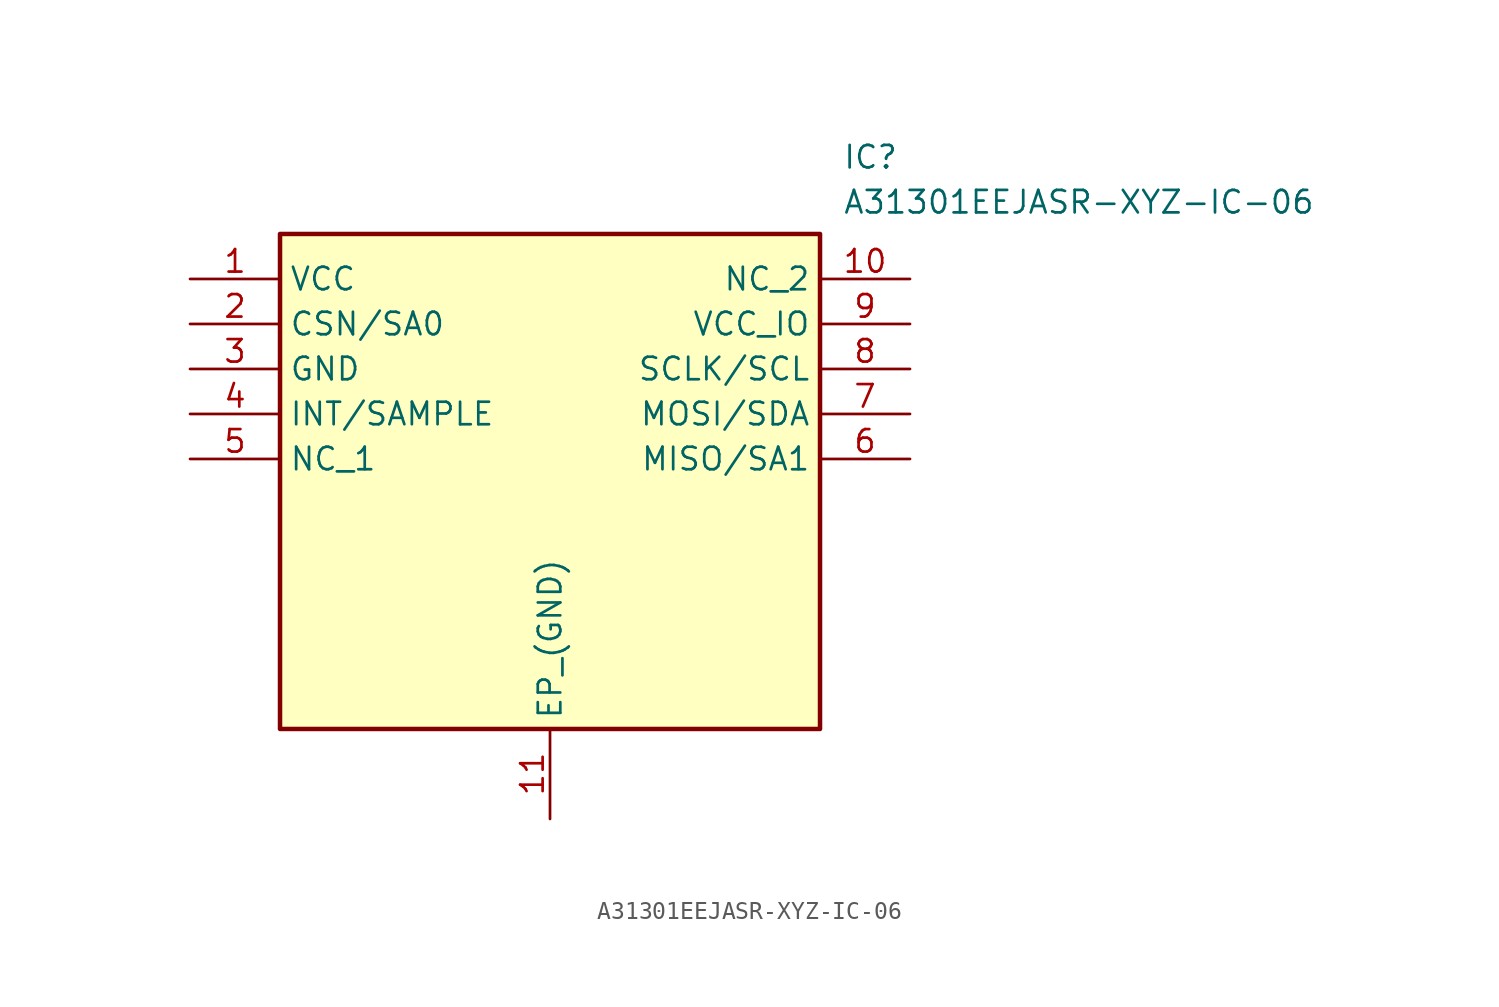
<source format=kicad_sym>
(kicad_symbol_lib
  (version 20211014)
  (generator SamacSys_ECAD_Model)
  (symbol "A31301EEJASR-XYZ-IC-06"
    (property "Reference" "IC"
      (at 36.83 7.62 0)
      (effects (font (size 1.27 1.27)) (justify left top)))
    (property "Value" "A31301EEJASR-XYZ-IC-06"
      (at 36.83 5.08 0)
      (effects (font (size 1.27 1.27)) (justify left top)))
    (rectangle
      (start 5.08 2.54)
      (end 35.56 -25.4)
      (stroke (width 0.254) (type default))
      (fill (type background)))
    (pin passive line
      (at 0 0 0)
      (length 5.08)
      (name "VCC" (effects (font (size 1.27 1.27))))
      (number "1" (effects (font (size 1.27 1.27)))))
    (pin passive line
      (at 0 -2.54 0)
      (length 5.08)
      (name "CSN/SA0" (effects (font (size 1.27 1.27))))
      (number "2" (effects (font (size 1.27 1.27)))))
    (pin passive line
      (at 0 -5.08 0)
      (length 5.08)
      (name "GND" (effects (font (size 1.27 1.27))))
      (number "3" (effects (font (size 1.27 1.27)))))
    (pin passive line
      (at 0 -7.62 0)
      (length 5.08)
      (name "INT/SAMPLE" (effects (font (size 1.27 1.27))))
      (number "4" (effects (font (size 1.27 1.27)))))
    (pin passive line
      (at 0 -10.16 0)
      (length 5.08)
      (name "NC_1" (effects (font (size 1.27 1.27))))
      (number "5" (effects (font (size 1.27 1.27)))))
    (pin passive line
      (at 20.32 -30.48 90)
      (length 5.08)
      (name "EP_(GND)" (effects (font (size 1.27 1.27))))
      (number "11" (effects (font (size 1.27 1.27)))))
    (pin passive line
      (at 40.64 0 180)
      (length 5.08)
      (name "NC_2" (effects (font (size 1.27 1.27))))
      (number "10" (effects (font (size 1.27 1.27)))))
    (pin passive line
      (at 40.64 -2.54 180)
      (length 5.08)
      (name "VCC_IO" (effects (font (size 1.27 1.27))))
      (number "9" (effects (font (size 1.27 1.27)))))
    (pin passive line
      (at 40.64 -5.08 180)
      (length 5.08)
      (name "SCLK/SCL" (effects (font (size 1.27 1.27))))
      (number "8" (effects (font (size 1.27 1.27)))))
    (pin passive line
      (at 40.64 -7.62 180)
      (length 5.08)
      (name "MOSI/SDA" (effects (font (size 1.27 1.27))))
      (number "7" (effects (font (size 1.27 1.27)))))
    (pin passive line
      (at 40.64 -10.16 180)
      (length 5.08)
      (name "MISO/SA1" (effects (font (size 1.27 1.27))))
      (number "6" (effects (font (size 1.27 1.27)))))))
</source>
